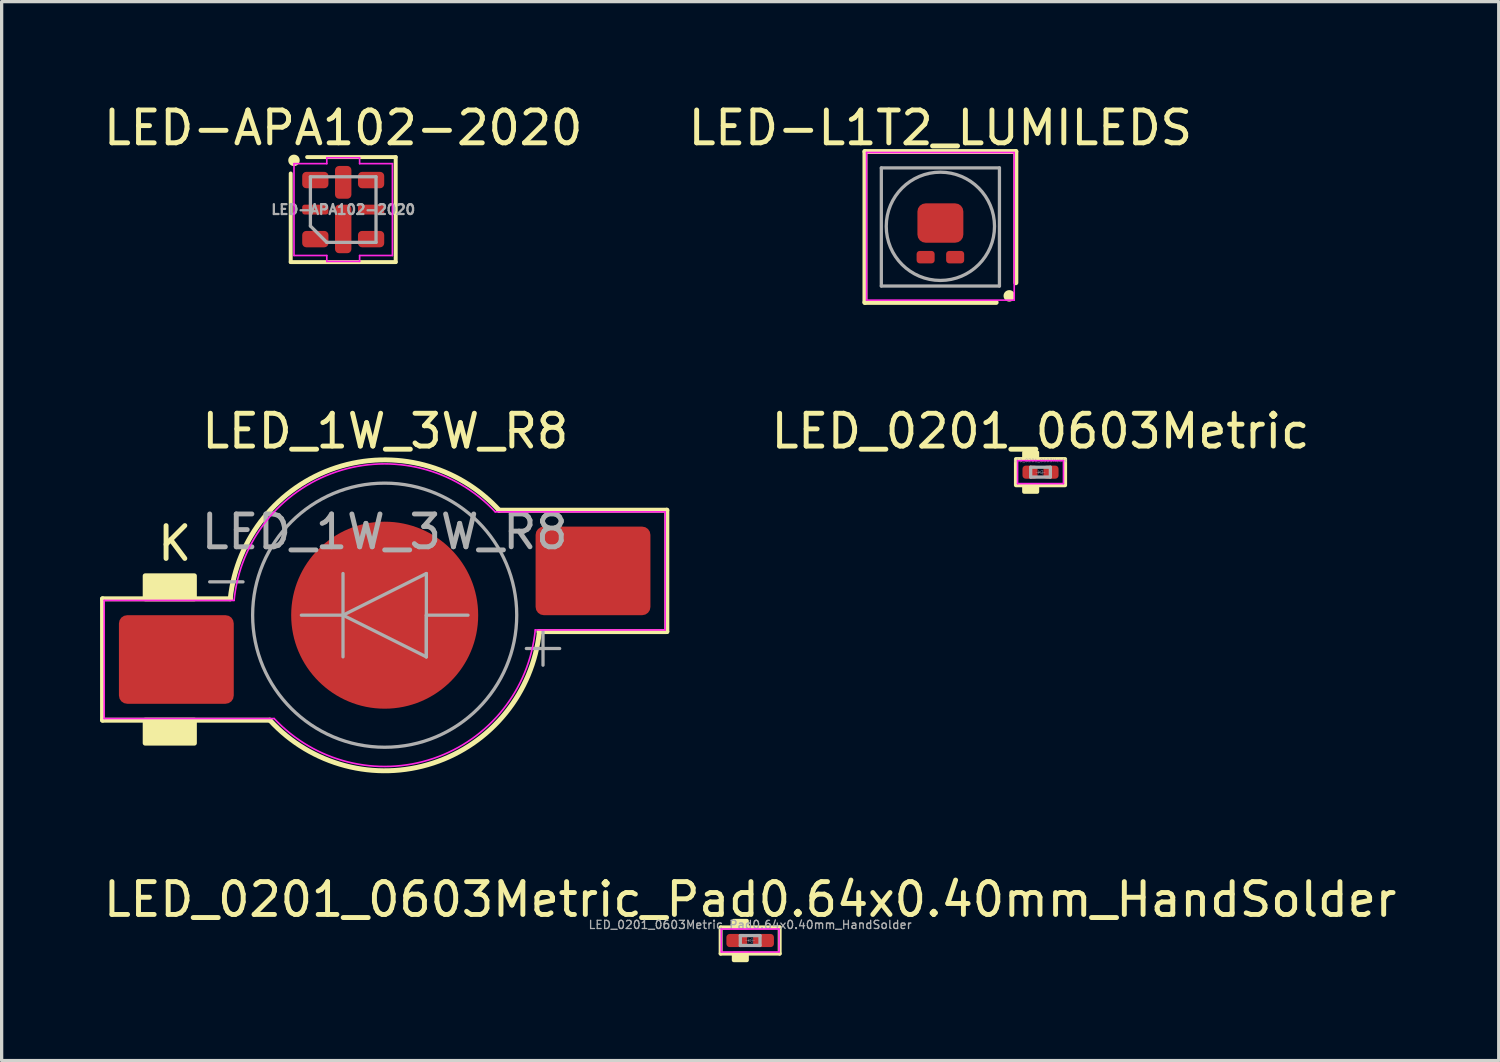
<source format=kicad_pcb>
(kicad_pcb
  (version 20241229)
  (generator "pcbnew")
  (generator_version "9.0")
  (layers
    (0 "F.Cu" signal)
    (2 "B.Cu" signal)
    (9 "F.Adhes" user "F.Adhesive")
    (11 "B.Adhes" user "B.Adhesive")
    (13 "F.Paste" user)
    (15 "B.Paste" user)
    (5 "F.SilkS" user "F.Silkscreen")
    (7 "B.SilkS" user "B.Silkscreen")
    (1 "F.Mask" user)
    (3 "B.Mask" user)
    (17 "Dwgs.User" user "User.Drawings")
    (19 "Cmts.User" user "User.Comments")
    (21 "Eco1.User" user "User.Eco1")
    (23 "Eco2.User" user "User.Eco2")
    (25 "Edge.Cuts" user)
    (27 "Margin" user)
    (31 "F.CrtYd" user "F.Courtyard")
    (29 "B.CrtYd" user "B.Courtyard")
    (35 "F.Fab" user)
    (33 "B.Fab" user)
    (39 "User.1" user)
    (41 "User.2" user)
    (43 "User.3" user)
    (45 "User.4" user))
  (footprint "LED_0201_0603Metric_Pad0.64x0.40mm_HandSolder"
    (layer "F.Cu")
    (at 19.815 25.617)
    (property "Reference" "LED_0201_0603Metric_Pad0.64x0.40mm_HandSolder" (at 0 -1.25 0) (layer "F.SilkS") (effects (font (size 1 1) (thickness 0.15))))
    (attr smd)
    (fp_line (start -0.9 -0.4) (end -0.9 0.4) (stroke (width 0.12) (type solid)) (layer "F.SilkS"))
    (fp_line (start -0.9 0.4) (end 0.9 0.4) (stroke (width 0.12) (type solid)) (layer "F.SilkS"))
    (fp_line (start 0.9 -0.4) (end -0.9 -0.4) (stroke (width 0.12) (type solid)) (layer "F.SilkS"))
    (fp_line (start 0.9 0.4) (end 0.9 -0.4) (stroke (width 0.12) (type solid)) (layer "F.SilkS"))
    (fp_rect (start -0.5 -0.6) (end -0.1 -0.4) (stroke (width 0.12) (type solid)) (fill yes) (layer "F.SilkS"))
    (fp_rect (start -0.5 0.4) (end -0.1 0.6) (stroke (width 0.12) (type solid)) (fill yes) (layer "F.SilkS"))
    (fp_line (start -0.88 -0.35) (end 0.88 -0.35) (stroke (width 0.05) (type solid)) (layer "F.CrtYd"))
    (fp_line (start -0.88 0.35) (end -0.88 -0.35) (stroke (width 0.05) (type solid)) (layer "F.CrtYd"))
    (fp_line (start 0.88 -0.35) (end 0.88 0.35) (stroke (width 0.05) (type solid)) (layer "F.CrtYd"))
    (fp_line (start 0.88 0.35) (end -0.88 0.35) (stroke (width 0.05) (type solid)) (layer "F.CrtYd"))
    (fp_line (start -0.3 -0.15) (end 0.3 -0.15) (stroke (width 0.1) (type solid)) (layer "F.Fab"))
    (fp_line (start -0.3 0.15) (end -0.3 -0.15) (stroke (width 0.1) (type solid)) (layer "F.Fab"))
    (fp_line (start -0.14 0) (end 0.14 0) (stroke (width 0.01) (type default)) (layer "F.Fab"))
    (fp_line (start -0.06 -0.06) (end -0.06 0.06) (stroke (width 0.01) (type default)) (layer "F.Fab"))
    (fp_line (start -0.06 0) (end 0.06 -0.06) (stroke (width 0.01) (type default)) (layer "F.Fab"))
    (fp_line (start 0.06 -0.06) (end 0.06 0.06) (stroke (width 0.01) (type default)) (layer "F.Fab"))
    (fp_line (start 0.06 0.06) (end -0.06 0) (stroke (width 0.01) (type default)) (layer "F.Fab"))
    (fp_line (start 0.3 -0.15) (end 0.3 0.15) (stroke (width 0.1) (type solid)) (layer "F.Fab"))
    (fp_line (start 0.3 0.15) (end -0.3 0.15) (stroke (width 0.1) (type solid)) (layer "F.Fab"))
    (fp_text user "${REFERENCE}" (at 0 -0.48 0) (layer "F.Fab") (effects (font (size 0.25 0.25) (thickness 0.04))))
    (pad "" smd roundrect (at -0.432 0) (size 0.458 0.36) (layers "F.Paste") (roundrect_rratio 0.25))
    (pad "" smd roundrect (at 0.432 0) (size 0.458 0.36) (layers "F.Paste") (roundrect_rratio 0.25))
    (pad "1" smd roundrect (at -0.407 0) (size 0.635 0.4) (layers "F.Cu" "F.Mask") (roundrect_rratio 0.25))
    (pad "2" smd roundrect (at 0.407 0) (size 0.635 0.4) (layers "F.Cu" "F.Mask") (roundrect_rratio 0.25)))
  (footprint "LED_0201_0603Metric"
    (layer "F.Cu")
    (at 28.665 11.341)
    (property "Reference" "LED_0201_0603Metric" (at 0 -1.25 0) (layer "F.SilkS") (effects (font (size 1 1) (thickness 0.15))))
    (attr smd)
    (fp_rect (start -0.75 -0.4) (end 0.75 0.4) (stroke (width 0.12) (type solid)) (fill no) (layer "F.SilkS"))
    (fp_rect (start -0.5 -0.6) (end -0.1 -0.4) (stroke (width 0.12) (type solid)) (fill yes) (layer "F.SilkS"))
    (fp_rect (start -0.5 0.4) (end -0.1 0.6) (stroke (width 0.12) (type solid)) (fill yes) (layer "F.SilkS"))
    (fp_line (start -0.7 -0.35) (end 0.7 -0.35) (stroke (width 0.05) (type solid)) (layer "F.CrtYd"))
    (fp_line (start -0.7 0.35) (end -0.7 -0.35) (stroke (width 0.05) (type solid)) (layer "F.CrtYd"))
    (fp_line (start 0.7 -0.35) (end 0.7 0.35) (stroke (width 0.05) (type solid)) (layer "F.CrtYd"))
    (fp_line (start 0.7 0.35) (end -0.7 0.35) (stroke (width 0.05) (type solid)) (layer "F.CrtYd"))
    (fp_line (start -0.3 -0.15) (end 0.3 -0.15) (stroke (width 0.1) (type solid)) (layer "F.Fab"))
    (fp_line (start -0.3 0.15) (end -0.3 -0.15) (stroke (width 0.1) (type solid)) (layer "F.Fab"))
    (fp_line (start -0.14 0) (end 0.14 0) (stroke (width 0.01) (type default)) (layer "F.Fab"))
    (fp_line (start -0.06 -0.06) (end -0.06 0.06) (stroke (width 0.01) (type default)) (layer "F.Fab"))
    (fp_line (start -0.06 0) (end 0.06 -0.06) (stroke (width 0.01) (type default)) (layer "F.Fab"))
    (fp_line (start 0.06 -0.06) (end 0.06 0.06) (stroke (width 0.01) (type default)) (layer "F.Fab"))
    (fp_line (start 0.06 0.06) (end -0.06 0) (stroke (width 0.01) (type default)) (layer "F.Fab"))
    (fp_line (start 0.3 -0.15) (end 0.3 0.15) (stroke (width 0.1) (type solid)) (layer "F.Fab"))
    (fp_line (start 0.3 0.15) (end -0.3 0.15) (stroke (width 0.1) (type solid)) (layer "F.Fab"))
    (fp_text user "${REFERENCE}" (at 0 -0.355 180) (layer "F.Fab") (effects (font (size 0.1 0.1) (thickness 0.01))))
    (pad "" smd roundrect (at -0.345 0) (size 0.318 0.36) (layers "F.Paste") (roundrect_rratio 0.25))
    (pad "" smd roundrect (at 0.345 0) (size 0.318 0.36) (layers "F.Paste") (roundrect_rratio 0.25))
    (pad "1" smd roundrect (at -0.32 0) (size 0.46 0.4) (layers "F.Cu" "F.Mask") (roundrect_rratio 0.25))
    (pad "2" smd roundrect (at 0.32 0) (size 0.46 0.4) (layers "F.Cu" "F.Mask") (roundrect_rratio 0.25)))
  (footprint "LED_1W_3W_R8"
    (layer "F.Cu")
    (at 8.675 15.701)
    (property "Reference" "LED_1W_3W_R8" (at 0.02 -5.61 0) (layer "F.SilkS") (effects (font (size 1 1) (thickness 0.15))))
    (attr smd)
    (fp_line (start -8.6 -0.5) (end -8.6 3.2) (stroke (width 0.15) (type solid)) (layer "F.SilkS"))
    (fp_line (start -8.6 3.2) (end -3.5 3.2) (stroke (width 0.15) (type solid)) (layer "F.SilkS"))
    (fp_line (start -4.7 -0.5) (end -8.6 -0.5) (stroke (width 0.15) (type solid)) (layer "F.SilkS"))
    (fp_line (start 3.488 -3.2) (end 8.6 -3.2) (stroke (width 0.15) (type solid)) (layer "F.SilkS"))
    (fp_line (start 8.6 -3.2) (end 8.6 0.5) (stroke (width 0.15) (type solid)) (layer "F.SilkS"))
    (fp_line (start 8.6 0.5) (end 4.7 0.5) (stroke (width 0.15) (type solid)) (layer "F.SilkS"))
    (fp_rect (start -7.3 -1.2) (end -5.8 -0.5) (stroke (width 0.15) (type solid)) (fill yes) (layer "F.SilkS"))
    (fp_rect (start -7.3 3.2) (end -5.8 3.9) (stroke (width 0.15) (type solid)) (fill yes) (layer "F.SilkS"))
    (fp_arc (start -4.707178 -0.500764) (mid -1.480837 -4.496155) (end 3.488307 -3.199999) (stroke (width 0.15) (type solid)) (layer "F.SilkS"))
    (fp_arc (start 4.715752 0.501675) (mid 1.479781 4.505579) (end -3.5 3.2) (stroke (width 0.15) (type solid)) (layer "F.SilkS"))
    (fp_line (start -8.55 -0.45) (end -8.55 3.15) (stroke (width 0.05) (type solid)) (layer "F.CrtYd"))
    (fp_line (start -8.55 3.15) (end -3.37 3.15) (stroke (width 0.05) (type solid)) (layer "F.CrtYd"))
    (fp_line (start -4.59 -0.45) (end -8.55 -0.45) (stroke (width 0.05) (type solid)) (layer "F.CrtYd"))
    (fp_line (start 3.37 -3.15) (end 8.55 -3.15) (stroke (width 0.05) (type solid)) (layer "F.CrtYd"))
    (fp_line (start 8.55 -3.15) (end 8.55 0.45) (stroke (width 0.05) (type solid)) (layer "F.CrtYd"))
    (fp_line (start 8.55 0.45) (end 4.59 0.45) (stroke (width 0.05) (type solid)) (layer "F.CrtYd"))
    (fp_arc (start -4.59 -0.45) (mid -1.481265 -4.36766) (end 3.369303 -3.149349) (stroke (width 0.05) (type solid)) (layer "F.CrtYd"))
    (fp_arc (start 4.59 0.45) (mid 1.481265 4.36766) (end -3.369303 3.149349) (stroke (width 0.05) (type solid)) (layer "F.CrtYd"))
    (fp_line (start -5.334 -1.016) (end -4.318 -1.016) (stroke (width 0.1) (type solid)) (layer "F.Fab"))
    (fp_line (start -2.54 0) (end -1.27 0) (stroke (width 0.1) (type solid)) (layer "F.Fab"))
    (fp_line (start -1.27 -1.27) (end -1.27 1.27) (stroke (width 0.1) (type solid)) (layer "F.Fab"))
    (fp_line (start -1.27 0) (end 1.27 -1.27) (stroke (width 0.1) (type solid)) (layer "F.Fab"))
    (fp_line (start -1.27 0) (end 1.27 1.27) (stroke (width 0.1) (type solid)) (layer "F.Fab"))
    (fp_line (start 1.27 -1.27) (end 1.27 1.27) (stroke (width 0.1) (type solid)) (layer "F.Fab"))
    (fp_line (start 1.27 0) (end 2.54 0) (stroke (width 0.1) (type solid)) (layer "F.Fab"))
    (fp_line (start 1.27 1.27) (end 1.27 0) (stroke (width 0.1) (type solid)) (layer "F.Fab"))
    (fp_line (start 4.318 1.016) (end 5.334 1.016) (stroke (width 0.1) (type solid)) (layer "F.Fab"))
    (fp_line (start 4.826 1.524) (end 4.826 0.508) (stroke (width 0.1) (type solid)) (layer "F.Fab"))
    (fp_circle (center 0 0) (end 4.025 0) (stroke (width 0.1) (type solid)) (fill no) (layer "F.Fab"))
    (fp_text user "K" (at -7 -1.6 0) (unlocked yes) (layer "F.SilkS") (effects (font (size 1 1) (thickness 0.15)) (justify left bottom)))
    (fp_text user "${REFERENCE}" (at 0 -2.54 0) (layer "F.Fab") (effects (font (size 1 1) (thickness 0.15))))
    (pad "" smd circle (at -2 0) (size 1.6 1.6) (layers "F.Paste"))
    (pad "" smd circle (at -1 -1.6) (size 1.6 1.6) (layers "F.Paste"))
    (pad "" smd circle (at -1 1.6) (size 1.6 1.6) (layers "F.Paste"))
    (pad "" smd circle (at 0 0) (size 1.6 1.6) (layers "F.Paste"))
    (pad "" smd circle (at 1 -1.6) (size 1.6 1.6) (layers "F.Paste"))
    (pad "" smd circle (at 1 1.6) (size 1.6 1.6) (layers "F.Paste"))
    (pad "" smd circle (at 2 0) (size 1.6 1.6) (layers "F.Paste"))
    (pad "1" smd roundrect (at -6.35 1.35) (size 3.5 2.7) (layers "F.Cu" "F.Mask" "F.Paste") (roundrect_rratio 0.093))
    (pad "2" smd roundrect (at 6.35 -1.35) (size 3.5 2.7) (layers "F.Cu" "F.Mask" "F.Paste") (roundrect_rratio 0.093))
    (pad "3" smd circle (at 0 0) (size 5.7 5.7) (layers "F.Cu" "F.Mask")))
  (footprint "LED-L1T2_LUMILEDS"
    (layer "F.Cu")
    (at 25.613 4.268)
    (property "Reference" "LED-L1T2_LUMILEDS" (at 0 -3.42 0) (layer "F.SilkS") (effects (font (size 1 1) (thickness 0.15))))
    (attr smd)
    (fp_line (start -2.3 -2.7) (end 2.3 -2.7) (stroke (width 0.15) (type solid)) (layer "F.SilkS"))
    (fp_line (start -2.3 1.9) (end -2.3 -2.7) (stroke (width 0.15) (type solid)) (layer "F.SilkS"))
    (fp_line (start 1.7 1.9) (end -2.3 1.9) (stroke (width 0.15) (type solid)) (layer "F.SilkS"))
    (fp_line (start 2.3 -2.7) (end 2.3 1.3) (stroke (width 0.15) (type solid)) (layer "F.SilkS"))
    (fp_circle (center 2.1 1.7) (end 2.2 1.7) (stroke (width 0.15) (type solid)) (fill yes) (layer "F.SilkS"))
    (fp_line (start -2.25 -2.67) (end 2.25 -2.67) (stroke (width 0.05) (type solid)) (layer "F.CrtYd"))
    (fp_line (start -2.25 1.83) (end -2.25 -2.67) (stroke (width 0.05) (type solid)) (layer "F.CrtYd"))
    (fp_line (start 2.25 -2.67) (end 2.25 1.83) (stroke (width 0.05) (type solid)) (layer "F.CrtYd"))
    (fp_line (start 2.25 1.83) (end -2.25 1.83) (stroke (width 0.05) (type solid)) (layer "F.CrtYd"))
    (fp_line (start -1.8 -2.2) (end -1.8 1.4) (stroke (width 0.1) (type solid)) (layer "F.Fab"))
    (fp_line (start -1.8 -2.2) (end 1.8 -2.2) (stroke (width 0.1) (type solid)) (layer "F.Fab"))
    (fp_line (start -1.8 1.4) (end 1.8 1.4) (stroke (width 0.1) (type solid)) (layer "F.Fab"))
    (fp_line (start 1.8 1.4) (end 1.8 -2.2) (stroke (width 0.1) (type solid)) (layer "F.Fab"))
    (fp_circle (center 0 -0.42) (end 0 -2.07) (stroke (width 0.1) (type solid)) (fill no) (layer "F.Fab"))
    (pad "1" smd roundrect (at 0.45 0.52) (size 0.55 0.38) (layers "F.Cu" "F.Mask" "F.Paste") (roundrect_rratio 0.25))
    (pad "2" smd roundrect (at -0.45 0.52) (size 0.55 0.38) (layers "F.Cu" "F.Mask" "F.Paste") (roundrect_rratio 0.25))
    (pad "3" smd roundrect (at 0 -0.52) (size 1.4 1.2) (layers "F.Cu" "F.Mask" "F.Paste") (roundrect_rratio 0.208)))
  (footprint "LED-APA102-2020"
    (layer "F.Cu")
    (at 7.411 3.338)
    (property "Reference" "LED-APA102-2020" (at 0 -2.49 0) (layer "F.SilkS") (effects (font (size 1 1) (thickness 0.15))))
    (attr smd)
    (fp_line (start -1.6 -1.1) (end -1.6 1.6) (stroke (width 0.12) (type default)) (layer "F.SilkS"))
    (fp_line (start -1.6 1.6) (end 1.6 1.6) (stroke (width 0.12) (type default)) (layer "F.SilkS"))
    (fp_line (start 1.6 -1.6) (end -1.1 -1.6) (stroke (width 0.12) (type default)) (layer "F.SilkS"))
    (fp_line (start 1.6 1.6) (end 1.6 -1.6) (stroke (width 0.12) (type default)) (layer "F.SilkS"))
    (fp_circle (center -1.5 -1.5) (end -1.4 -1.5) (stroke (width 0.15) (type solid)) (fill yes) (layer "F.SilkS"))
    (fp_line (start -1.5 -1.4) (end -1.5 1.4) (stroke (width 0.05) (type solid)) (layer "F.CrtYd"))
    (fp_line (start -1.5 -1.4) (end -0.5 -1.4) (stroke (width 0.05) (type solid)) (layer "F.CrtYd"))
    (fp_line (start -0.5 -1.58) (end 0.5 -1.58) (stroke (width 0.05) (type solid)) (layer "F.CrtYd"))
    (fp_line (start -0.5 -1.4) (end -0.5 -1.58) (stroke (width 0.05) (type solid)) (layer "F.CrtYd"))
    (fp_line (start -0.5 1.4) (end -1.5 1.4) (stroke (width 0.05) (type solid)) (layer "F.CrtYd"))
    (fp_line (start -0.5 1.4) (end -0.5 1.58) (stroke (width 0.05) (type solid)) (layer "F.CrtYd"))
    (fp_line (start -0.5 1.58) (end 0.5 1.58) (stroke (width 0.05) (type solid)) (layer "F.CrtYd"))
    (fp_line (start 0.5 -1.58) (end 0.5 -1.4) (stroke (width 0.05) (type solid)) (layer "F.CrtYd"))
    (fp_line (start 0.5 -1.4) (end 1.5 -1.4) (stroke (width 0.05) (type solid)) (layer "F.CrtYd"))
    (fp_line (start 0.5 1.58) (end 0.5 1.4) (stroke (width 0.05) (type solid)) (layer "F.CrtYd"))
    (fp_line (start 1.5 -1.4) (end 1.5 1.4) (stroke (width 0.05) (type solid)) (layer "F.CrtYd"))
    (fp_line (start 1.5 1.4) (end 0.5 1.4) (stroke (width 0.05) (type solid)) (layer "F.CrtYd"))
    (fp_line (start -1 -1) (end 1 -1) (stroke (width 0.1) (type solid)) (layer "F.Fab"))
    (fp_line (start -1 0.5) (end -1 -1) (stroke (width 0.1) (type solid)) (layer "F.Fab"))
    (fp_line (start -1 0.5) (end -0.5 1) (stroke (width 0.1) (type solid)) (layer "F.Fab"))
    (fp_line (start 1 -1) (end 1 1) (stroke (width 0.1) (type solid)) (layer "F.Fab"))
    (fp_line (start 1 1) (end -0.5 1) (stroke (width 0.1) (type solid)) (layer "F.Fab"))
    (fp_text user "${REFERENCE}" (at 0 0 0) (layer "F.Fab") (effects (font (size 0.3 0.3) (thickness 0.07))))
    (pad "1" smd roundrect (at -0.85 -0.9) (size 0.8 0.5) (layers "F.Cu" "F.Mask" "F.Paste") (roundrect_rratio 0.25))
    (pad "1" smd roundrect (at 0 -0.83 90) (size 1 0.5) (layers "F.Cu" "F.Mask" "F.Paste") (roundrect_rratio 0.25))
    (pad "2" smd roundrect (at -0.85 0) (size 0.8 0.3) (layers "F.Cu" "F.Mask" "F.Paste") (roundrect_rratio 0.25))
    (pad "3" smd roundrect (at -0.85 0.9) (size 0.8 0.5) (layers "F.Cu" "F.Mask" "F.Paste") (roundrect_rratio 0.25))
    (pad "4" smd roundrect (at 0.85 0.9) (size 0.8 0.5) (layers "F.Cu" "F.Mask" "F.Paste") (roundrect_rratio 0.25))
    (pad "5" smd roundrect (at 0.85 0) (size 0.8 0.3) (layers "F.Cu" "F.Mask" "F.Paste") (roundrect_rratio 0.25))
    (pad "6" smd roundrect (at 0 0.59 90) (size 1.48 0.5) (layers "F.Cu" "F.Mask" "F.Paste") (roundrect_rratio 0.25))
    (pad "6" smd roundrect (at 0.85 -0.9) (size 0.8 0.5) (layers "F.Cu" "F.Mask" "F.Paste") (roundrect_rratio 0.25)))
  (gr_rect
    (start -3 -3)
    (end 42.631 29.277)
    (stroke (width 0.1) (type default))
    (fill no)
    (layer "Edge.Cuts")))
</source>
